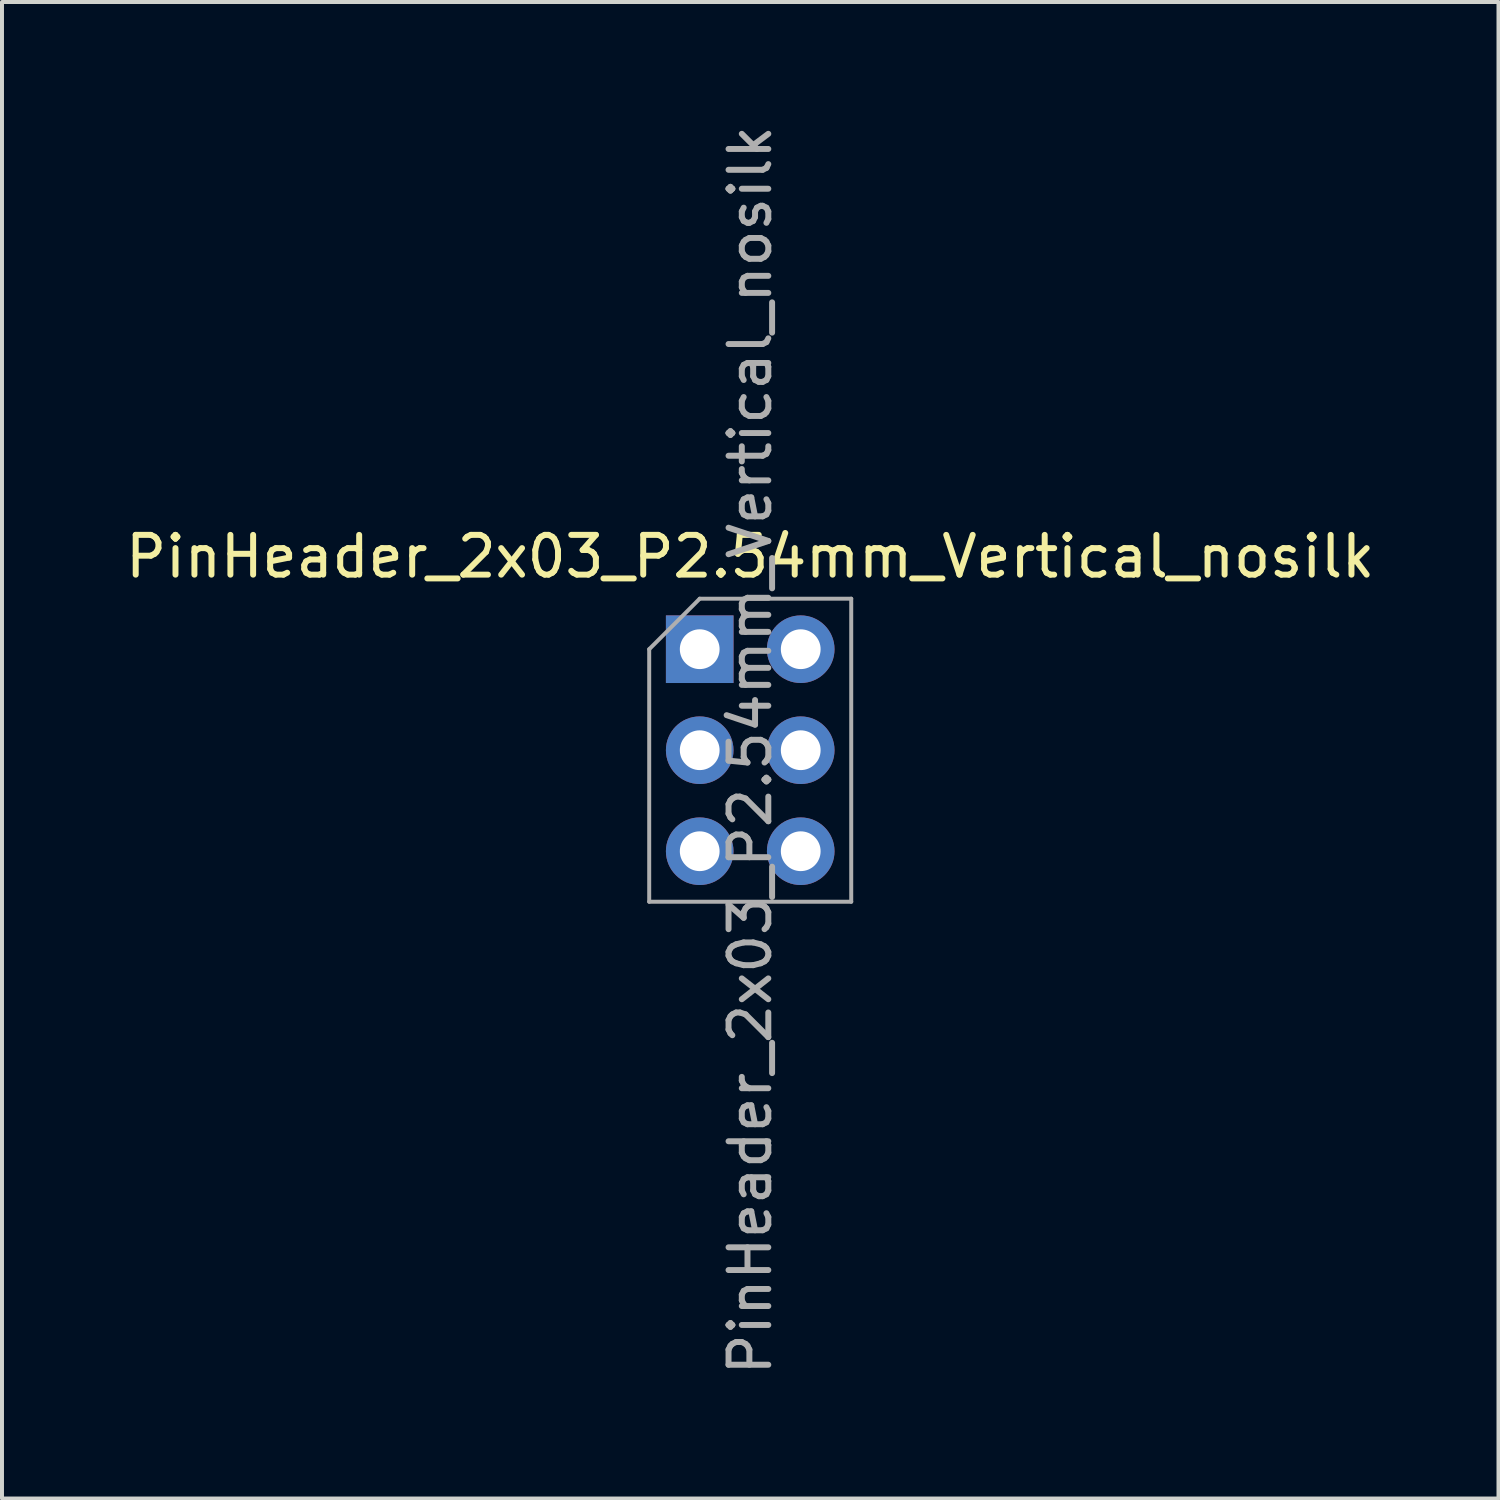
<source format=kicad_pcb>
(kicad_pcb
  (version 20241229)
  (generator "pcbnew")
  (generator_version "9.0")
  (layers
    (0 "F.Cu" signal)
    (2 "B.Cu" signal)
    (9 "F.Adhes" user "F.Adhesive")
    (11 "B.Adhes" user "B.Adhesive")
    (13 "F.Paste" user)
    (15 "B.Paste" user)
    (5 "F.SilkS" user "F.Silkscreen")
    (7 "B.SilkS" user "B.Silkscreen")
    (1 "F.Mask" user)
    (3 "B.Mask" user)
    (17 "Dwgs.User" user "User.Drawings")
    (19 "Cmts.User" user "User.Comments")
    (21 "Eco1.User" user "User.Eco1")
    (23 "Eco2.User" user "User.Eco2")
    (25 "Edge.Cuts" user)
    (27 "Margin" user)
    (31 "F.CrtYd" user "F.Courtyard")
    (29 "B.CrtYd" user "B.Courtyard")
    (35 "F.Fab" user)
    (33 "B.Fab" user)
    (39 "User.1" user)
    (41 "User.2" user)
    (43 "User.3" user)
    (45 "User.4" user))
  (footprint "PinHeader_2x03_P2.54mm_Vertical_nosilk"
    (layer "F.Cu")
    (at 14.545 13.275)
    (property "Reference" "PinHeader_2x03_P2.54mm_Vertical_nosilk" (at 1.27 -2.33 0) (layer "F.SilkS") (effects (font (size 1 1) (thickness 0.15))))
    (attr through_hole)
    (fp_line (start -1.27 0) (end 0 -1.27) (stroke (width 0.1) (type solid)) (layer "F.Fab"))
    (fp_line (start -1.27 6.35) (end -1.27 0) (stroke (width 0.1) (type solid)) (layer "F.Fab"))
    (fp_line (start 0 -1.27) (end 3.81 -1.27) (stroke (width 0.1) (type solid)) (layer "F.Fab"))
    (fp_line (start 3.81 -1.27) (end 3.81 6.35) (stroke (width 0.1) (type solid)) (layer "F.Fab"))
    (fp_line (start 3.81 6.35) (end -1.27 6.35) (stroke (width 0.1) (type solid)) (layer "F.Fab"))
    (fp_text user "${REFERENCE}" (at 1.27 2.54 90) (layer "F.Fab") (effects (font (size 1 1) (thickness 0.15))))
    (pad "1" thru_hole rect (at 0 0) (size 1.7 1.7) (drill 1) (layers "*.Cu" "*.Mask"))
    (pad "2" thru_hole oval (at 2.54 0) (size 1.7 1.7) (drill 1) (layers "*.Cu" "*.Mask"))
    (pad "3" thru_hole oval (at 0 2.54) (size 1.7 1.7) (drill 1) (layers "*.Cu" "*.Mask"))
    (pad "4" thru_hole oval (at 2.54 2.54) (size 1.7 1.7) (drill 1) (layers "*.Cu" "*.Mask"))
    (pad "5" thru_hole oval (at 0 5.08) (size 1.7 1.7) (drill 1) (layers "*.Cu" "*.Mask"))
    (pad "6" thru_hole oval (at 2.54 5.08) (size 1.7 1.7) (drill 1) (layers "*.Cu" "*.Mask")))
  (gr_rect
    (start -3 -3)
    (end 34.631 34.631)
    (stroke (width 0.1) (type default))
    (fill no)
    (layer "Edge.Cuts")))
</source>
